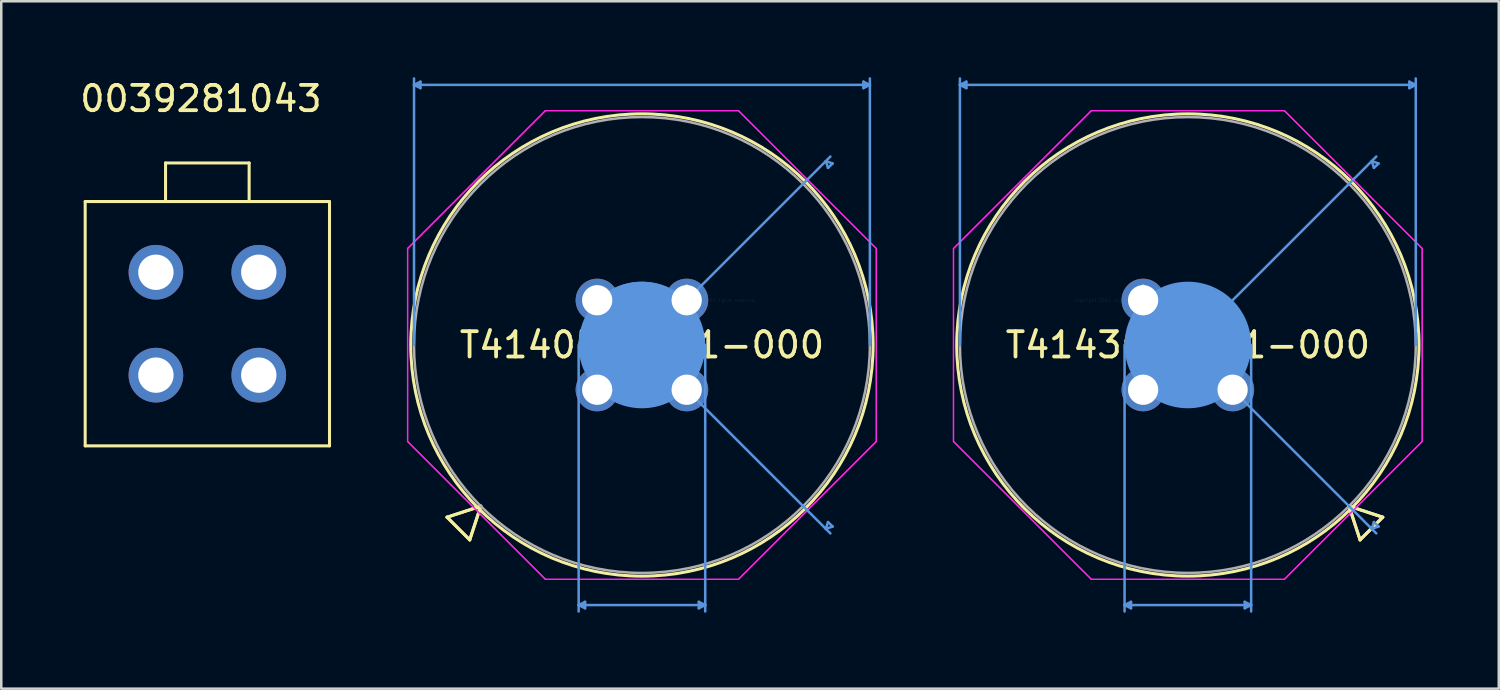
<source format=kicad_pcb>
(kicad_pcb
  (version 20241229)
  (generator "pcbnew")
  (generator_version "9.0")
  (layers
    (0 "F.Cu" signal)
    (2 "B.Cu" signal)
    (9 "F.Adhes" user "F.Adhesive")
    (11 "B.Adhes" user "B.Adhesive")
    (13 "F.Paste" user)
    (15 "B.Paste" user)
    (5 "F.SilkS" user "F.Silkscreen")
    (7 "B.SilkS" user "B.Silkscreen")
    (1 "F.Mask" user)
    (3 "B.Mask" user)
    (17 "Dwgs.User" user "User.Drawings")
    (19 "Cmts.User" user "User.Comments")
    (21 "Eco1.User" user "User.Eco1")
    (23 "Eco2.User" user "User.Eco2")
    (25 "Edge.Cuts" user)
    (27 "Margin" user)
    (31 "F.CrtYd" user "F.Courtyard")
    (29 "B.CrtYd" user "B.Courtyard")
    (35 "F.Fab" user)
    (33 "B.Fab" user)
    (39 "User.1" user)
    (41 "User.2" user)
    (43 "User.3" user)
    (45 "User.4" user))
  (footprint "0039281043"
    (layer "F.Cu")
    (at 5.141 9.738)
    (property "Reference" "0039281043" (at -0.254 -8.89 0) (layer "F.SilkS") (effects (font (size 1 1) (thickness 0.15))))
    (attr through_hole)
    (fp_line (start -4.826 -4.826) (end -4.826 4.826) (stroke (width 0.12) (type solid)) (layer "F.SilkS"))
    (fp_line (start -4.826 -4.826) (end 4.826 -4.826) (stroke (width 0.12) (type solid)) (layer "F.SilkS"))
    (fp_line (start -1.651 -6.35) (end -1.651 -4.826) (stroke (width 0.12) (type solid)) (layer "F.SilkS"))
    (fp_line (start -1.651 -6.35) (end 1.651 -6.35) (stroke (width 0.12) (type solid)) (layer "F.SilkS"))
    (fp_line (start 1.651 -6.35) (end 1.651 -4.826) (stroke (width 0.12) (type solid)) (layer "F.SilkS"))
    (fp_line (start 4.826 -4.826) (end 4.826 4.826) (stroke (width 0.12) (type solid)) (layer "F.SilkS"))
    (fp_line (start 4.826 4.826) (end -4.826 4.826) (stroke (width 0.12) (type solid)) (layer "F.SilkS"))
    (pad "1" thru_hole circle (at 2.032 -2.032) (size 2.159 2.159) (drill 1.397) (layers "*.Cu" "*.Mask"))
    (pad "2" thru_hole circle (at 2.032 2.032) (size 2.159 2.159) (drill 1.397) (layers "*.Cu" "*.Mask"))
    (pad "3" thru_hole circle (at -2.032 -2.032) (size 2.159 2.159) (drill 1.397) (layers "*.Cu" "*.Mask"))
    (pad "3" thru_hole circle (at -2.032 2.032) (size 2.159 2.159) (drill 1.397) (layers "*.Cu" "*.Mask")))
  (footprint "T4143012031-000"
    (layer "F.Cu")
    (at 42.109 8.811)
    (property "Reference" "T4143012031-000" (at 1.768 1.768 0) (layer "F.SilkS") (effects (font (size 1 1) (thickness 0.15))))
    (attr through_hole)
    (fp_line (start 8.135 8.135) (end 9.467 8.571) (stroke (width 0.12) (type solid)) (layer "F.SilkS"))
    (fp_line (start 8.135 8.135) (end 9.467 8.571) (stroke (width 0.12) (type solid)) (layer "F.SilkS"))
    (fp_line (start 8.571 9.467) (end 8.135 8.135) (stroke (width 0.12) (type solid)) (layer "F.SilkS"))
    (fp_line (start 8.571 9.467) (end 8.135 8.135) (stroke (width 0.12) (type solid)) (layer "F.SilkS"))
    (fp_line (start 9.467 8.571) (end 8.571 9.467) (stroke (width 0.12) (type solid)) (layer "F.SilkS"))
    (fp_line (start 9.467 8.571) (end 8.571 9.467) (stroke (width 0.12) (type solid)) (layer "F.SilkS"))
    (fp_circle (center 1.768 1.768) (end 10.899 1.768) (stroke (width 0.12) (type solid)) (fill no) (layer "F.SilkS"))
    (fp_line (start -7.237 -8.507) (end -6.983 -8.38) (stroke (width 0.1) (type solid)) (layer "Cmts.User"))
    (fp_line (start -7.237 -8.507) (end 10.772 -8.507) (stroke (width 0.1) (type solid)) (layer "Cmts.User"))
    (fp_line (start -7.237 1.768) (end -7.237 -8.761) (stroke (width 0.1) (type solid)) (layer "Cmts.User"))
    (fp_line (start -6.983 -8.634) (end -7.237 -8.507) (stroke (width 0.1) (type solid)) (layer "Cmts.User"))
    (fp_line (start -6.983 -8.38) (end -6.983 -8.634) (stroke (width 0.1) (type solid)) (layer "Cmts.User"))
    (fp_line (start -0.732 1.768) (end -0.732 12.296) (stroke (width 0.1) (type solid)) (layer "Cmts.User"))
    (fp_line (start -0.732 12.042) (end -0.478 11.915) (stroke (width 0.1) (type solid)) (layer "Cmts.User"))
    (fp_line (start -0.732 12.042) (end 4.268 12.042) (stroke (width 0.1) (type solid)) (layer "Cmts.User"))
    (fp_line (start -0.478 11.915) (end -0.478 12.169) (stroke (width 0.1) (type solid)) (layer "Cmts.User"))
    (fp_line (start -0.478 12.169) (end -0.732 12.042) (stroke (width 0.1) (type solid)) (layer "Cmts.User"))
    (fp_line (start 1.768 1.768) (end 9.212 -5.677) (stroke (width 0.1) (type solid)) (layer "Cmts.User"))
    (fp_line (start 1.768 1.768) (end 9.212 9.212) (stroke (width 0.1) (type solid)) (layer "Cmts.User"))
    (fp_line (start 4.014 11.915) (end 4.014 12.169) (stroke (width 0.1) (type solid)) (layer "Cmts.User"))
    (fp_line (start 4.014 12.169) (end 4.268 12.042) (stroke (width 0.1) (type solid)) (layer "Cmts.User"))
    (fp_line (start 4.268 1.768) (end 4.268 12.296) (stroke (width 0.1) (type solid)) (layer "Cmts.User"))
    (fp_line (start 4.268 12.042) (end 4.014 11.915) (stroke (width 0.1) (type solid)) (layer "Cmts.User"))
    (fp_line (start 9.033 -5.497) (end 9.302 -5.403) (stroke (width 0.1) (type solid)) (layer "Cmts.User"))
    (fp_line (start 9.033 9.033) (end 9.302 8.939) (stroke (width 0.1) (type solid)) (layer "Cmts.User"))
    (fp_line (start 9.118 -5.228) (end 9.033 -5.497) (stroke (width 0.1) (type solid)) (layer "Cmts.User"))
    (fp_line (start 9.118 8.763) (end 9.033 9.033) (stroke (width 0.1) (type solid)) (layer "Cmts.User"))
    (fp_line (start 9.302 -5.403) (end 9.118 -5.228) (stroke (width 0.1) (type solid)) (layer "Cmts.User"))
    (fp_line (start 9.302 8.939) (end 9.118 8.763) (stroke (width 0.1) (type solid)) (layer "Cmts.User"))
    (fp_line (start 10.518 -8.634) (end 10.772 -8.507) (stroke (width 0.1) (type solid)) (layer "Cmts.User"))
    (fp_line (start 10.518 -8.38) (end 10.518 -8.634) (stroke (width 0.1) (type solid)) (layer "Cmts.User"))
    (fp_line (start 10.772 -8.507) (end 10.518 -8.38) (stroke (width 0.1) (type solid)) (layer "Cmts.User"))
    (fp_line (start 10.772 1.768) (end 10.772 -8.761) (stroke (width 0.1) (type solid)) (layer "Cmts.User"))
    (fp_arc (start 0.229433 3.306101) (mid -0.407766 1.767767) (end 0.229433 0.229433) (stroke (width 0.1) (type solid)) (layer "Cmts.User"))
    (fp_circle (center 1.768 1.768) (end 4.268 1.768) (stroke (width 0) (type solid)) (fill yes) (layer "Cmts.User"))
    (fp_line (start -7.491 -2.044) (end -2.044 -7.491) (stroke (width 0.05) (type solid)) (layer "F.CrtYd"))
    (fp_line (start -7.491 -2.044) (end -2.044 -7.491) (stroke (width 0.05) (type solid)) (layer "F.CrtYd"))
    (fp_line (start -7.491 5.58) (end -7.491 -2.044) (stroke (width 0.05) (type solid)) (layer "F.CrtYd"))
    (fp_line (start -7.491 5.58) (end -7.491 -2.044) (stroke (width 0.05) (type solid)) (layer "F.CrtYd"))
    (fp_line (start -2.044 -7.491) (end 5.58 -7.491) (stroke (width 0.05) (type solid)) (layer "F.CrtYd"))
    (fp_line (start -2.044 -7.491) (end 5.58 -7.491) (stroke (width 0.05) (type solid)) (layer "F.CrtYd"))
    (fp_line (start -2.044 11.026) (end -7.491 5.58) (stroke (width 0.05) (type solid)) (layer "F.CrtYd"))
    (fp_line (start -2.044 11.026) (end -7.491 5.58) (stroke (width 0.05) (type solid)) (layer "F.CrtYd"))
    (fp_line (start 5.58 -7.491) (end 11.026 -2.044) (stroke (width 0.05) (type solid)) (layer "F.CrtYd"))
    (fp_line (start 5.58 -7.491) (end 11.026 -2.044) (stroke (width 0.05) (type solid)) (layer "F.CrtYd"))
    (fp_line (start 5.58 11.026) (end -2.044 11.026) (stroke (width 0.05) (type solid)) (layer "F.CrtYd"))
    (fp_line (start 5.58 11.026) (end -2.044 11.026) (stroke (width 0.05) (type solid)) (layer "F.CrtYd"))
    (fp_line (start 11.026 -2.044) (end 11.026 5.58) (stroke (width 0.05) (type solid)) (layer "F.CrtYd"))
    (fp_line (start 11.026 -2.044) (end 11.026 5.58) (stroke (width 0.05) (type solid)) (layer "F.CrtYd"))
    (fp_line (start 11.026 5.58) (end 5.58 11.026) (stroke (width 0.05) (type solid)) (layer "F.CrtYd"))
    (fp_line (start 11.026 5.58) (end 5.58 11.026) (stroke (width 0.05) (type solid)) (layer "F.CrtYd"))
    (fp_circle (center 1.768 1.768) (end 10.772 1.768) (stroke (width 0.1) (type solid)) (fill no) (layer "F.Fab"))
    (fp_text user "*" (at 0 0 0) (layer "F.SilkS") (effects (font (size 1 1) (thickness 0.15))))
    (fp_text user "Copyright 2021 Accelerated Designs. All rights reserved." (at 0 0 0) (layer "Cmts.User") (effects (font (size 0.127 0.127) (thickness 0.002))))
    (fp_text user "*" (at 0 0 0) (layer "F.Fab") (effects (font (size 1 1) (thickness 0.15))))
    (pad "1" thru_hole circle (at 3.536 3.536) (size 1.702 1.702) (drill 1.194) (layers "*.Cu" "*.Mask"))
    (pad "2" thru_hole circle (at 0.000001 3.536 90) (size 1.702 1.702) (drill 1.194) (layers "*.Cu" "*.Mask"))
    (pad "3" thru_hole circle (at 0.000001 0.000001) (size 1.702 1.702) (drill 1.194) (layers "*.Cu" "*.Mask")))
  (footprint "T4140512041-000"
    (layer "F.Cu")
    (at 24.078 8.811)
    (property "Reference" "T4140512041-000" (at -1.768 1.768 0) (layer "F.SilkS") (effects (font (size 1 1) (thickness 0.15))))
    (attr through_hole)
    (fp_line (start -9.467 8.571) (end -8.135 8.135) (stroke (width 0.12) (type solid)) (layer "F.SilkS"))
    (fp_line (start -9.467 8.571) (end -8.135 8.135) (stroke (width 0.12) (type solid)) (layer "F.SilkS"))
    (fp_line (start -8.571 9.467) (end -9.467 8.571) (stroke (width 0.12) (type solid)) (layer "F.SilkS"))
    (fp_line (start -8.571 9.467) (end -9.467 8.571) (stroke (width 0.12) (type solid)) (layer "F.SilkS"))
    (fp_line (start -8.135 8.135) (end -8.571 9.467) (stroke (width 0.12) (type solid)) (layer "F.SilkS"))
    (fp_line (start -8.135 8.135) (end -8.571 9.467) (stroke (width 0.12) (type solid)) (layer "F.SilkS"))
    (fp_circle (center -1.768 1.768) (end 7.364 1.768) (stroke (width 0.12) (type solid)) (fill no) (layer "F.SilkS"))
    (fp_line (start -10.772 -8.507) (end -10.518 -8.38) (stroke (width 0.1) (type solid)) (layer "Cmts.User"))
    (fp_line (start -10.772 -8.507) (end 7.237 -8.507) (stroke (width 0.1) (type solid)) (layer "Cmts.User"))
    (fp_line (start -10.772 1.768) (end -10.772 -8.761) (stroke (width 0.1) (type solid)) (layer "Cmts.User"))
    (fp_line (start -10.518 -8.634) (end -10.772 -8.507) (stroke (width 0.1) (type solid)) (layer "Cmts.User"))
    (fp_line (start -10.518 -8.38) (end -10.518 -8.634) (stroke (width 0.1) (type solid)) (layer "Cmts.User"))
    (fp_line (start -4.268 1.768) (end -4.268 12.296) (stroke (width 0.1) (type solid)) (layer "Cmts.User"))
    (fp_line (start -4.268 12.042) (end -4.014 11.915) (stroke (width 0.1) (type solid)) (layer "Cmts.User"))
    (fp_line (start -4.268 12.042) (end 0.732 12.042) (stroke (width 0.1) (type solid)) (layer "Cmts.User"))
    (fp_line (start -4.014 11.915) (end -4.014 12.169) (stroke (width 0.1) (type solid)) (layer "Cmts.User"))
    (fp_line (start -4.014 12.169) (end -4.268 12.042) (stroke (width 0.1) (type solid)) (layer "Cmts.User"))
    (fp_line (start -1.768 1.768) (end 5.677 -5.677) (stroke (width 0.1) (type solid)) (layer "Cmts.User"))
    (fp_line (start -1.768 1.768) (end 5.677 9.212) (stroke (width 0.1) (type solid)) (layer "Cmts.User"))
    (fp_line (start 0.478 11.915) (end 0.478 12.169) (stroke (width 0.1) (type solid)) (layer "Cmts.User"))
    (fp_line (start 0.478 12.169) (end 0.732 12.042) (stroke (width 0.1) (type solid)) (layer "Cmts.User"))
    (fp_line (start 0.732 1.768) (end 0.732 12.296) (stroke (width 0.1) (type solid)) (layer "Cmts.User"))
    (fp_line (start 0.732 12.042) (end 0.478 11.915) (stroke (width 0.1) (type solid)) (layer "Cmts.User"))
    (fp_line (start 5.497 -5.497) (end 5.767 -5.403) (stroke (width 0.1) (type solid)) (layer "Cmts.User"))
    (fp_line (start 5.497 9.033) (end 5.767 8.939) (stroke (width 0.1) (type solid)) (layer "Cmts.User"))
    (fp_line (start 5.583 -5.228) (end 5.497 -5.497) (stroke (width 0.1) (type solid)) (layer "Cmts.User"))
    (fp_line (start 5.583 8.763) (end 5.497 9.033) (stroke (width 0.1) (type solid)) (layer "Cmts.User"))
    (fp_line (start 5.767 -5.403) (end 5.583 -5.228) (stroke (width 0.1) (type solid)) (layer "Cmts.User"))
    (fp_line (start 5.767 8.939) (end 5.583 8.763) (stroke (width 0.1) (type solid)) (layer "Cmts.User"))
    (fp_line (start 6.983 -8.634) (end 7.237 -8.507) (stroke (width 0.1) (type solid)) (layer "Cmts.User"))
    (fp_line (start 6.983 -8.38) (end 6.983 -8.634) (stroke (width 0.1) (type solid)) (layer "Cmts.User"))
    (fp_line (start 7.237 -8.507) (end 6.983 -8.38) (stroke (width 0.1) (type solid)) (layer "Cmts.User"))
    (fp_line (start 7.237 1.768) (end 7.237 -8.761) (stroke (width 0.1) (type solid)) (layer "Cmts.User"))
    (fp_arc (start -3.306101 -0.13963) (mid -1.5068 -0.668733) (end 0.13963 0.229433) (stroke (width 0.1) (type solid)) (layer "Cmts.User"))
    (fp_circle (center -1.768 1.768) (end 0.732 1.768) (stroke (width 0) (type solid)) (fill yes) (layer "Cmts.User"))
    (fp_line (start -11.026 -2.044) (end -5.58 -7.491) (stroke (width 0.05) (type solid)) (layer "F.CrtYd"))
    (fp_line (start -11.026 -2.044) (end -5.58 -7.491) (stroke (width 0.05) (type solid)) (layer "F.CrtYd"))
    (fp_line (start -11.026 5.58) (end -11.026 -2.044) (stroke (width 0.05) (type solid)) (layer "F.CrtYd"))
    (fp_line (start -11.026 5.58) (end -11.026 -2.044) (stroke (width 0.05) (type solid)) (layer "F.CrtYd"))
    (fp_line (start -5.58 -7.491) (end 2.044 -7.491) (stroke (width 0.05) (type solid)) (layer "F.CrtYd"))
    (fp_line (start -5.58 -7.491) (end 2.044 -7.491) (stroke (width 0.05) (type solid)) (layer "F.CrtYd"))
    (fp_line (start -5.58 11.026) (end -11.026 5.58) (stroke (width 0.05) (type solid)) (layer "F.CrtYd"))
    (fp_line (start -5.58 11.026) (end -11.026 5.58) (stroke (width 0.05) (type solid)) (layer "F.CrtYd"))
    (fp_line (start 2.044 -7.491) (end 7.491 -2.044) (stroke (width 0.05) (type solid)) (layer "F.CrtYd"))
    (fp_line (start 2.044 -7.491) (end 7.491 -2.044) (stroke (width 0.05) (type solid)) (layer "F.CrtYd"))
    (fp_line (start 2.044 11.026) (end -5.58 11.026) (stroke (width 0.05) (type solid)) (layer "F.CrtYd"))
    (fp_line (start 2.044 11.026) (end -5.58 11.026) (stroke (width 0.05) (type solid)) (layer "F.CrtYd"))
    (fp_line (start 7.491 -2.044) (end 7.491 5.58) (stroke (width 0.05) (type solid)) (layer "F.CrtYd"))
    (fp_line (start 7.491 -2.044) (end 7.491 5.58) (stroke (width 0.05) (type solid)) (layer "F.CrtYd"))
    (fp_line (start 7.491 5.58) (end 2.044 11.026) (stroke (width 0.05) (type solid)) (layer "F.CrtYd"))
    (fp_line (start 7.491 5.58) (end 2.044 11.026) (stroke (width 0.05) (type solid)) (layer "F.CrtYd"))
    (fp_circle (center -1.768 1.768) (end 7.237 1.768) (stroke (width 0.1) (type solid)) (fill no) (layer "F.Fab"))
    (fp_text user "*" (at 0 0 0) (layer "F.SilkS") (effects (font (size 1 1) (thickness 0.15))))
    (fp_text user "Copyright 2021 Accelerated Designs. All rights reserved." (at 0 0 0) (layer "Cmts.User") (effects (font (size 0.127 0.127) (thickness 0.002))))
    (fp_text user "*" (at 0 0 0) (layer "F.Fab") (effects (font (size 1 1) (thickness 0.15))))
    (pad "1" thru_hole circle (at -3.536 3.536) (size 1.702 1.702) (drill 1.194) (layers "*.Cu" "*.Mask"))
    (pad "2" thru_hole circle (at -0.000001 3.536 90) (size 1.702 1.702) (drill 1.194) (layers "*.Cu" "*.Mask"))
    (pad "3" thru_hole circle (at -0.000001 0.000001) (size 1.702 1.702) (drill 1.194) (layers "*.Cu" "*.Mask"))
    (pad "4" thru_hole circle (at -3.536 0.000001 90) (size 1.702 1.702) (drill 1.194) (layers "*.Cu" "*.Mask")))
  (gr_rect
    (start -3 -3)
    (end 56.16 24.157)
    (stroke (width 0.1) (type default))
    (fill no)
    (layer "Edge.Cuts")))
</source>
